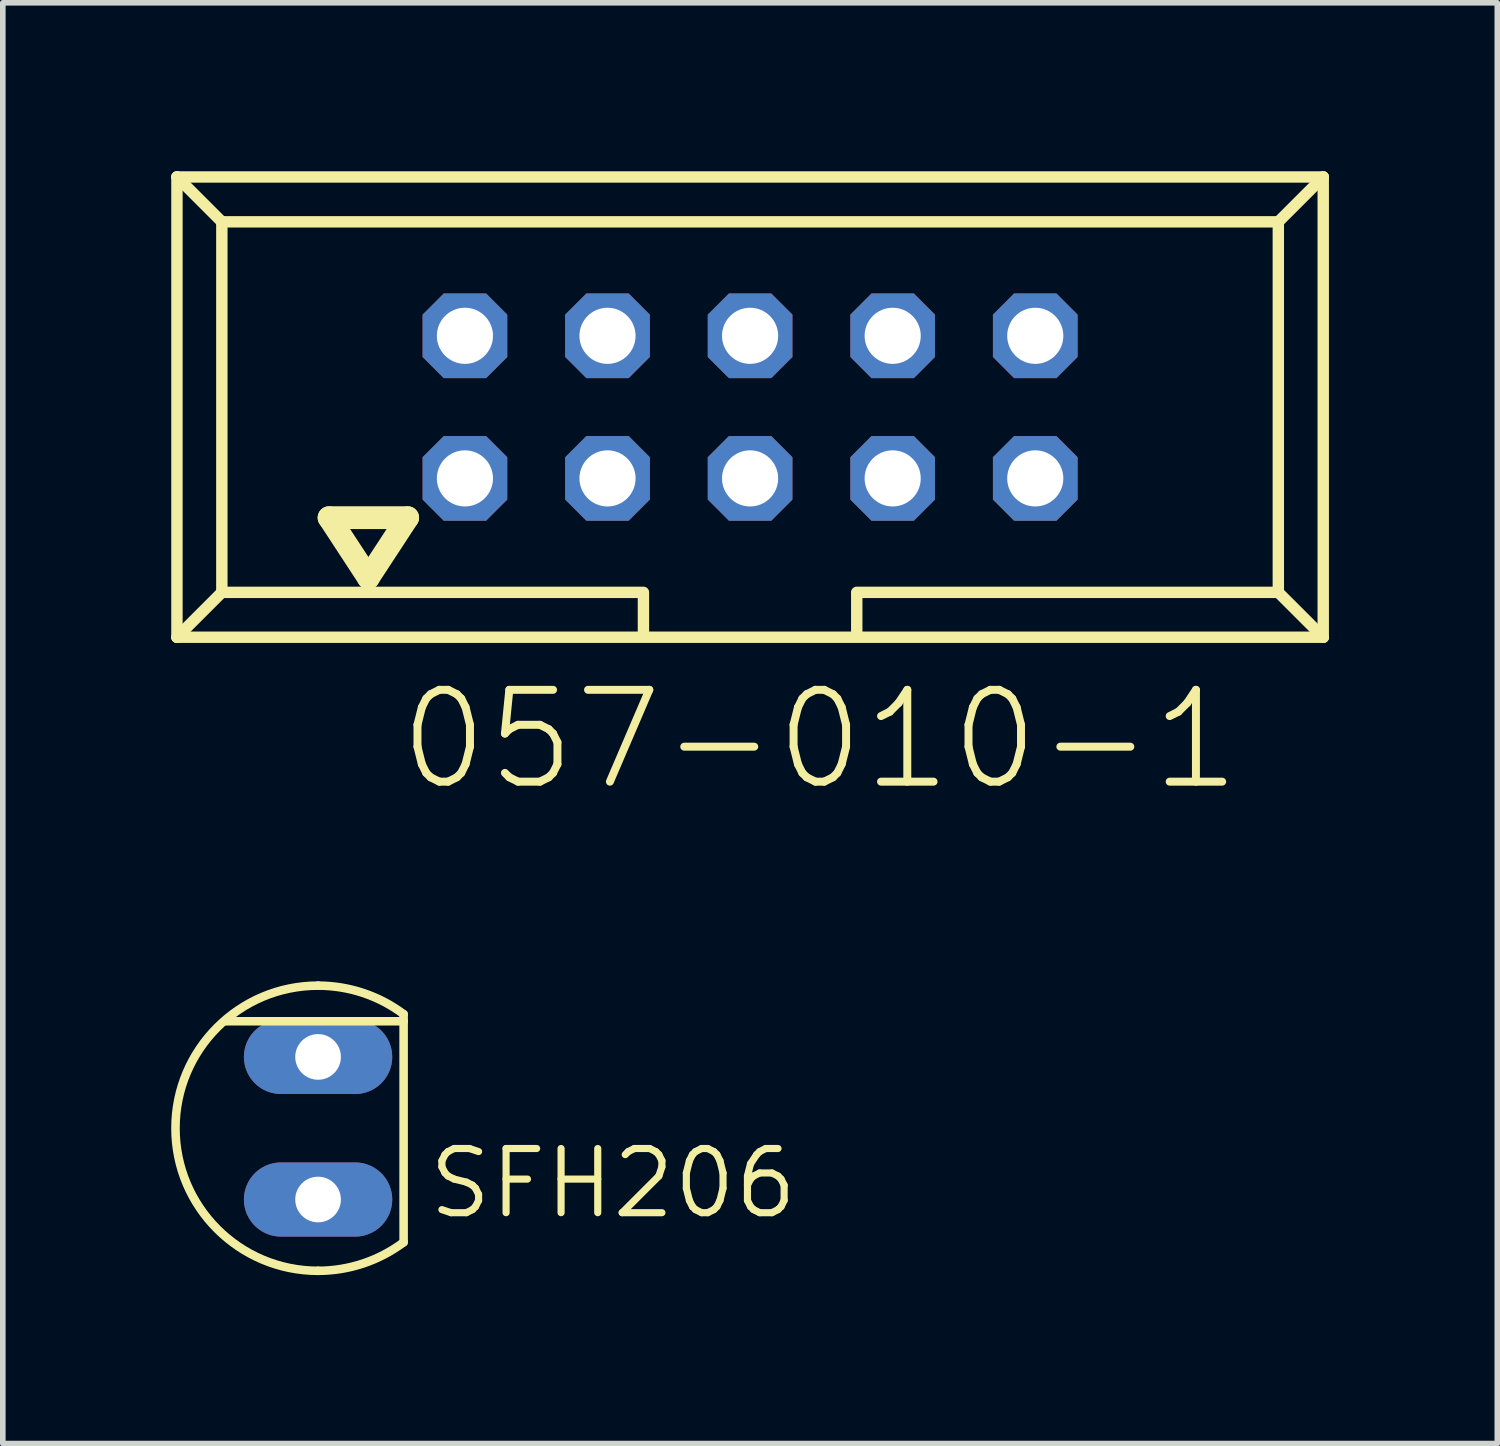
<source format=kicad_pcb>
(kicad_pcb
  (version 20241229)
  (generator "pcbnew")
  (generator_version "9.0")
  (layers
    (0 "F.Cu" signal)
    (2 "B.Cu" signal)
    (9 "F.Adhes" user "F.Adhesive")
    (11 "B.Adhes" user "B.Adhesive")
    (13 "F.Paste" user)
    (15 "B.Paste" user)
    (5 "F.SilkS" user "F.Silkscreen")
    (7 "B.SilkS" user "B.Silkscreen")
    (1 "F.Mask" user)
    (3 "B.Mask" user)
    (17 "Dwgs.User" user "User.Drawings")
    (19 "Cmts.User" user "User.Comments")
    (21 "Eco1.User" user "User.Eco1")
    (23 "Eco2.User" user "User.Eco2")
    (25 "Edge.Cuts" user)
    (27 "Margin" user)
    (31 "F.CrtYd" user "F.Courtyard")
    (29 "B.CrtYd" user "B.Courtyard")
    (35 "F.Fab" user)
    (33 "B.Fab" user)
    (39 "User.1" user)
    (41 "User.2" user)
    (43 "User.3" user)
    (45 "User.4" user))
  (footprint "057-010-1"
    (layer "F.Cu")
    (at 10.312 4.202)
    (property "Reference" "057-010-1" (at -6.33 6.88 0) (layer "F.SilkS") (effects (font (size 1.636 1.636) (thickness 0.142)) (justify left bottom)))
    (fp_line (start -10.21 -4.1) (end -9.41 -3.3) (stroke (width 0.203) (type solid)) (layer "F.SilkS"))
    (fp_line (start -10.21 4.1) (end -10.21 -4.1) (stroke (width 0.203) (type solid)) (layer "F.SilkS"))
    (fp_line (start -10.21 4.1) (end -9.41 3.3) (stroke (width 0.203) (type solid)) (layer "F.SilkS"))
    (fp_line (start -10.21 4.1) (end 10.21 4.1) (stroke (width 0.203) (type solid)) (layer "F.SilkS"))
    (fp_line (start -9.41 -3.3) (end 9.41 -3.3) (stroke (width 0.203) (type solid)) (layer "F.SilkS"))
    (fp_line (start -9.41 3.3) (end -9.41 -3.3) (stroke (width 0.203) (type solid)) (layer "F.SilkS"))
    (fp_line (start -7.5 1.97) (end -6.8 3.04) (stroke (width 0.406) (type solid)) (layer "F.SilkS"))
    (fp_line (start -6.8 3.04) (end -6.1 1.97) (stroke (width 0.406) (type solid)) (layer "F.SilkS"))
    (fp_line (start -6.1 1.97) (end -7.5 1.97) (stroke (width 0.406) (type solid)) (layer "F.SilkS"))
    (fp_line (start -1.9 3.3) (end -9.41 3.3) (stroke (width 0.203) (type solid)) (layer "F.SilkS"))
    (fp_line (start -1.9 3.32) (end -1.9 4.03) (stroke (width 0.203) (type solid)) (layer "F.SilkS"))
    (fp_line (start 1.9 3.32) (end 1.9 4.03) (stroke (width 0.203) (type solid)) (layer "F.SilkS"))
    (fp_line (start 9.41 -3.3) (end 9.41 3.3) (stroke (width 0.203) (type solid)) (layer "F.SilkS"))
    (fp_line (start 9.41 3.3) (end 1.9 3.3) (stroke (width 0.203) (type solid)) (layer "F.SilkS"))
    (fp_line (start 9.41 3.3) (end 10.21 4.1) (stroke (width 0.203) (type solid)) (layer "F.SilkS"))
    (fp_line (start 10.21 -4.1) (end -10.21 -4.1) (stroke (width 0.203) (type solid)) (layer "F.SilkS"))
    (fp_line (start 10.21 -4.1) (end 9.41 -3.3) (stroke (width 0.203) (type solid)) (layer "F.SilkS"))
    (fp_line (start 10.21 4.1) (end 10.21 -4.1) (stroke (width 0.203) (type solid)) (layer "F.SilkS"))
    (pad "1" thru_hole roundrect (at -5.08 1.27) (size 1.508 1.508) (drill 1) (layers "*.Cu" "*.Mask") (roundrect_rratio 0.25) (chamfer_ratio 0.25) (chamfer top_left top_right bottom_left bottom_right))
    (pad "2" thru_hole roundrect (at -5.08 -1.27) (size 1.508 1.508) (drill 1) (layers "*.Cu" "*.Mask") (roundrect_rratio 0.25) (chamfer_ratio 0.25) (chamfer top_left top_right bottom_left bottom_right))
    (pad "3" thru_hole roundrect (at -2.54 1.27) (size 1.508 1.508) (drill 1) (layers "*.Cu" "*.Mask") (roundrect_rratio 0.25) (chamfer_ratio 0.25) (chamfer top_left top_right bottom_left bottom_right))
    (pad "4" thru_hole roundrect (at -2.54 -1.27) (size 1.508 1.508) (drill 1) (layers "*.Cu" "*.Mask") (roundrect_rratio 0.25) (chamfer_ratio 0.25) (chamfer top_left top_right bottom_left bottom_right))
    (pad "5" thru_hole roundrect (at 0 1.27) (size 1.508 1.508) (drill 1) (layers "*.Cu" "*.Mask") (roundrect_rratio 0.25) (chamfer_ratio 0.25) (chamfer top_left top_right bottom_left bottom_right))
    (pad "6" thru_hole roundrect (at 0 -1.27) (size 1.508 1.508) (drill 1) (layers "*.Cu" "*.Mask") (roundrect_rratio 0.25) (chamfer_ratio 0.25) (chamfer top_left top_right bottom_left bottom_right))
    (pad "7" thru_hole roundrect (at 2.54 1.27) (size 1.508 1.508) (drill 1) (layers "*.Cu" "*.Mask") (roundrect_rratio 0.25) (chamfer_ratio 0.25) (chamfer top_left top_right bottom_left bottom_right))
    (pad "8" thru_hole roundrect (at 2.54 -1.27) (size 1.508 1.508) (drill 1) (layers "*.Cu" "*.Mask") (roundrect_rratio 0.25) (chamfer_ratio 0.25) (chamfer top_left top_right bottom_left bottom_right))
    (pad "9" thru_hole roundrect (at 5.08 1.27) (size 1.508 1.508) (drill 1) (layers "*.Cu" "*.Mask") (roundrect_rratio 0.25) (chamfer_ratio 0.25) (chamfer top_left top_right bottom_left bottom_right))
    (pad "10" thru_hole roundrect (at 5.08 -1.27) (size 1.508 1.508) (drill 1) (layers "*.Cu" "*.Mask") (roundrect_rratio 0.25) (chamfer_ratio 0.25) (chamfer top_left top_right bottom_left bottom_right)))
  (footprint "SFH206"
    (layer "F.Cu")
    (at 2.616 17.048)
    (property "Reference" "SFH206" (at 1.905 1.651 0) (layer "F.SilkS") (effects (font (size 1.143 1.143) (thickness 0.127)) (justify left bottom)))
    (fp_line (start -1.651 -1.905) (end 1.524 -1.905) (stroke (width 0.152) (type solid)) (layer "F.SilkS"))
    (fp_line (start 1.524 -2.032) (end 1.524 -1.905) (stroke (width 0.152) (type solid)) (layer "F.SilkS"))
    (fp_line (start 1.524 -1.905) (end 1.524 2.032) (stroke (width 0.152) (type solid)) (layer "F.SilkS"))
    (fp_arc (start 0 -2.54) (mid 0.803219 -2.409656) (end 1.524 -2.032) (stroke (width 0.1524) (type solid)) (layer "F.SilkS"))
    (fp_arc (start 0 2.54) (mid -2.54 0) (end 0 -2.54) (stroke (width 0.1524) (type solid)) (layer "F.SilkS"))
    (fp_arc (start 1.524 2.032) (mid 0.803219 2.409656) (end 0 2.54) (stroke (width 0.1524) (type solid)) (layer "F.SilkS"))
    (pad "A" thru_hole oval (at 0 1.27) (size 2.642 1.321) (drill 0.813) (layers "*.Cu" "*.Mask"))
    (pad "K" thru_hole oval (at 0 -1.27) (size 2.642 1.321) (drill 0.813) (layers "*.Cu" "*.Mask")))
  (gr_rect
    (start -3 -3)
    (end 23.623 22.665)
    (stroke (width 0.1) (type default))
    (fill no)
    (layer "Edge.Cuts")))
</source>
